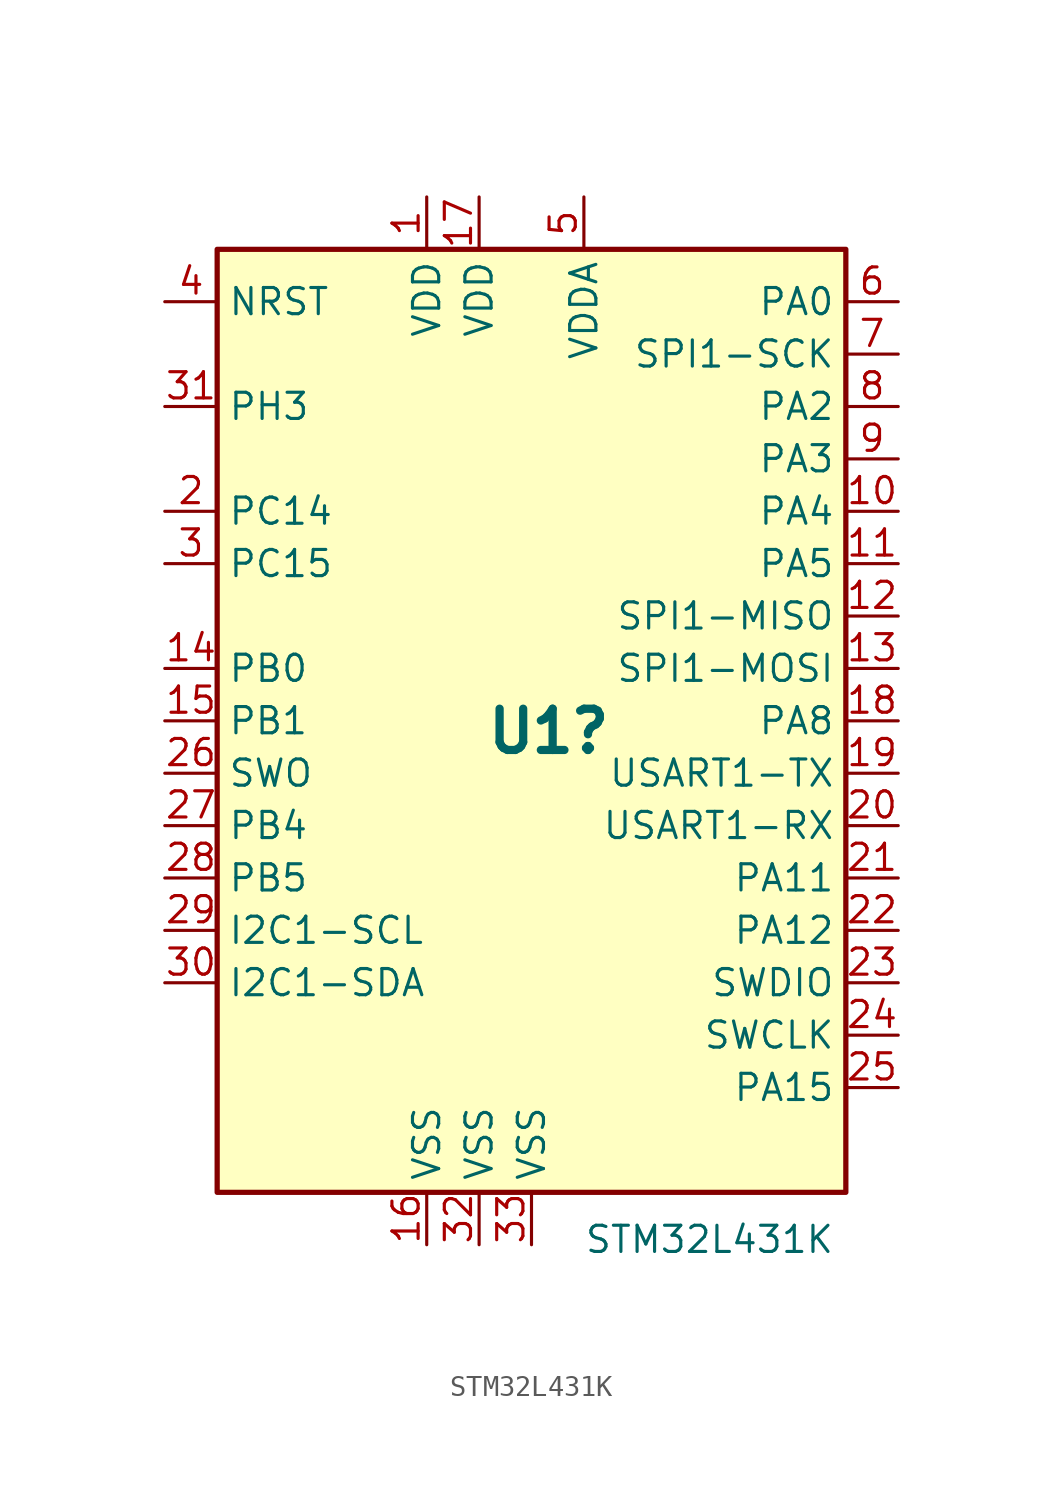
<source format=kicad_sym>
(kicad_symbol_lib
  (version 20231120)
  (generator "kicad_symbol_editor")
  (generator_version "8.0")
  (symbol "STM32L431K"
    (property "Reference" "U1"
      (at -2.286 -0.508 0)
      (effects (font (size 2 2) (bold yes)) (justify left)))
    (property "Value" "STM32L431K"
      (at 2.54 -25.146 0)
      (effects (font (size 1.27 1.27)) (justify left)))
    (property "ki_locked" ""
      (at 0 0 0)
      (effects (font (size 1.27 1.27))))
    (symbol "STM32L431K_0_1"
      (rectangle (start -15.24 22.86) (end 15.24 -22.86) (stroke (width 0.254) (type default)) (fill (type background))))
    (symbol "STM32L431K_1_1"
      (pin power_in line (at -5.08 25.4 270) (length 2.54) (name "VDD" (effects (font (size 1.27 1.27)))) (number "1" (effects (font (size 1.27 1.27)))))
      (pin bidirectional line (at 17.78 10.16 180) (length 2.54) (name "PA4" (effects (font (size 1.27 1.27)))) (number "10" (effects (font (size 1.27 1.27)))) (alternate "ADC1_IN9" bidirectional line) (alternate "COMP1_INM" bidirectional line) (alternate "COMP2_INM" bidirectional line) (alternate "DAC1_OUT1" bidirectional line) (alternate "LPTIM2_OUT" bidirectional line) (alternate "SAI1_FS_B" bidirectional line) (alternate "SPI1_NSS" bidirectional line) (alternate "SPI3_NSS" bidirectional line) (alternate "USART2_CK" bidirectional line))
      (pin bidirectional line (at 17.78 7.62 180) (length 2.54) (name "PA5" (effects (font (size 1.27 1.27)))) (number "11" (effects (font (size 1.27 1.27)))) (alternate "ADC1_IN10" bidirectional line) (alternate "COMP1_INM" bidirectional line) (alternate "COMP2_INM" bidirectional line) (alternate "DAC1_OUT2" bidirectional line) (alternate "LPTIM2_ETR" bidirectional line) (alternate "SPI1_SCK" bidirectional line) (alternate "TIM2_CH1" bidirectional line) (alternate "TIM2_ETR" bidirectional line))
      (pin input line (at 17.78 5.08 180) (length 2.54) (name "SPI1-MISO" (effects (font (size 1.27 1.27)))) (number "12" (effects (font (size 1.27 1.27)))) (alternate "ADC1_IN11" bidirectional line) (alternate "COMP1_OUT" bidirectional line) (alternate "LPUART1_CTS" bidirectional line) (alternate "QUADSPI_BK1_IO3" bidirectional line) (alternate "SPI1_MISO" bidirectional line) (alternate "TIM16_CH1" bidirectional line) (alternate "TIM1_BKIN" bidirectional line) (alternate "TIM1_BKIN_COMP2" bidirectional line))
      (pin output line (at 17.78 2.54 180) (length 2.54) (name "SPI1-MOSI" (effects (font (size 1.27 1.27)))) (number "13" (effects (font (size 1.27 1.27)))) (alternate "ADC1_IN12" bidirectional line) (alternate "COMP2_OUT" bidirectional line) (alternate "I2C3_SCL" bidirectional line) (alternate "QUADSPI_BK1_IO2" bidirectional line) (alternate "SPI1_MOSI" bidirectional line) (alternate "TIM1_CH1N" bidirectional line))
      (pin bidirectional line (at -17.78 2.54 0) (length 2.54) (name "PB0" (effects (font (size 1.27 1.27)))) (number "14" (effects (font (size 1.27 1.27)))) (alternate "ADC1_IN15" bidirectional line) (alternate "COMP1_OUT" bidirectional line) (alternate "QUADSPI_BK1_IO1" bidirectional line) (alternate "SAI1_EXTCLK" bidirectional line) (alternate "SPI1_NSS" bidirectional line) (alternate "TIM1_CH2N" bidirectional line))
      (pin bidirectional line (at -17.78 0 0) (length 2.54) (name "PB1" (effects (font (size 1.27 1.27)))) (number "15" (effects (font (size 1.27 1.27)))) (alternate "ADC1_IN16" bidirectional line) (alternate "COMP1_INM" bidirectional line) (alternate "LPTIM2_IN1" bidirectional line) (alternate "LPUART1_DE" bidirectional line) (alternate "LPUART1_RTS" bidirectional line) (alternate "QUADSPI_BK1_IO0" bidirectional line) (alternate "TIM1_CH3N" bidirectional line))
      (pin power_in line (at -5.08 -25.4 90) (length 2.54) (name "VSS" (effects (font (size 1.27 1.27)))) (number "16" (effects (font (size 1.27 1.27)))))
      (pin power_in line (at -2.54 25.4 270) (length 2.54) (name "VDD" (effects (font (size 1.27 1.27)))) (number "17" (effects (font (size 1.27 1.27)))))
      (pin bidirectional line (at 17.78 0 180) (length 2.54) (name "PA8" (effects (font (size 1.27 1.27)))) (number "18" (effects (font (size 1.27 1.27)))) (alternate "LPTIM2_OUT" bidirectional line) (alternate "RCC_MCO" bidirectional line) (alternate "SAI1_SCK_A" bidirectional line) (alternate "SWPMI1_IO" bidirectional line) (alternate "TIM1_CH1" bidirectional line) (alternate "USART1_CK" bidirectional line))
      (pin output line (at 17.78 -2.54 180) (length 2.54) (name "USART1-TX" (effects (font (size 1.27 1.27)))) (number "19" (effects (font (size 1.27 1.27)))) (alternate "DAC1_EXTI9" bidirectional line) (alternate "I2C1_SCL" bidirectional line) (alternate "SAI1_FS_A" bidirectional line) (alternate "TIM15_BKIN" bidirectional line) (alternate "TIM1_CH2" bidirectional line) (alternate "USART1_TX" bidirectional line))
      (pin bidirectional line (at -17.78 10.16 0) (length 2.54) (name "PC14" (effects (font (size 1.27 1.27)))) (number "2" (effects (font (size 1.27 1.27)))) (alternate "RCC_OSC32_IN" bidirectional line))
      (pin input line (at 17.78 -5.08 180) (length 2.54) (name "USART1-RX" (effects (font (size 1.27 1.27)))) (number "20" (effects (font (size 1.27 1.27)))) (alternate "I2C1_SDA" bidirectional line) (alternate "SAI1_SD_A" bidirectional line) (alternate "TIM1_CH3" bidirectional line) (alternate "USART1_RX" bidirectional line))
      (pin bidirectional line (at 17.78 -7.62 180) (length 2.54) (name "PA11" (effects (font (size 1.27 1.27)))) (number "21" (effects (font (size 1.27 1.27)))) (alternate "ADC1_EXTI11" bidirectional line) (alternate "CAN1_RX" bidirectional line) (alternate "COMP1_OUT" bidirectional line) (alternate "SPI1_MISO" bidirectional line) (alternate "TIM1_BKIN2" bidirectional line) (alternate "TIM1_BKIN2_COMP1" bidirectional line) (alternate "TIM1_CH4" bidirectional line) (alternate "USART1_CTS" bidirectional line))
      (pin bidirectional line (at 17.78 -10.16 180) (length 2.54) (name "PA12" (effects (font (size 1.27 1.27)))) (number "22" (effects (font (size 1.27 1.27)))) (alternate "CAN1_TX" bidirectional line) (alternate "SPI1_MOSI" bidirectional line) (alternate "TIM1_ETR" bidirectional line) (alternate "USART1_DE" bidirectional line) (alternate "USART1_RTS" bidirectional line))
      (pin bidirectional line (at 17.78 -12.7 180) (length 2.54) (name "SWDIO" (effects (font (size 1.27 1.27)))) (number "23" (effects (font (size 1.27 1.27)))) (alternate "IR_OUT" bidirectional line) (alternate "SAI1_SD_B" bidirectional line) (alternate "SWPMI1_TX" bidirectional line) (alternate "SYS_JTMS-SWDIO" bidirectional line))
      (pin bidirectional line (at 17.78 -15.24 180) (length 2.54) (name "SWCLK" (effects (font (size 1.27 1.27)))) (number "24" (effects (font (size 1.27 1.27)))) (alternate "I2C1_SMBA" bidirectional line) (alternate "LPTIM1_OUT" bidirectional line) (alternate "SAI1_FS_B" bidirectional line) (alternate "SWPMI1_RX" bidirectional line) (alternate "SYS_JTCK-SWCLK" bidirectional line))
      (pin bidirectional line (at 17.78 -17.78 180) (length 2.54) (name "PA15" (effects (font (size 1.27 1.27)))) (number "25" (effects (font (size 1.27 1.27)))) (alternate "ADC1_EXTI15" bidirectional line) (alternate "SPI1_NSS" bidirectional line) (alternate "SPI3_NSS" bidirectional line) (alternate "SWPMI1_SUSPEND" bidirectional line) (alternate "SYS_JTDI" bidirectional line) (alternate "TIM2_CH1" bidirectional line) (alternate "TIM2_ETR" bidirectional line) (alternate "USART2_RX" bidirectional line))
      (pin bidirectional line (at -17.78 -2.54 0) (length 2.54) (name "SWO" (effects (font (size 1.27 1.27)))) (number "26" (effects (font (size 1.27 1.27)))) (alternate "COMP2_INM" bidirectional line) (alternate "SAI1_SCK_B" bidirectional line) (alternate "SPI1_SCK" bidirectional line) (alternate "SPI3_SCK" bidirectional line) (alternate "SYS_JTDO-SWO" bidirectional line) (alternate "TIM2_CH2" bidirectional line) (alternate "USART1_DE" bidirectional line) (alternate "USART1_RTS" bidirectional line))
      (pin bidirectional line (at -17.78 -5.08 0) (length 2.54) (name "PB4" (effects (font (size 1.27 1.27)))) (number "27" (effects (font (size 1.27 1.27)))) (alternate "COMP2_INP" bidirectional line) (alternate "I2C3_SDA" bidirectional line) (alternate "SAI1_MCLK_B" bidirectional line) (alternate "SPI1_MISO" bidirectional line) (alternate "SPI3_MISO" bidirectional line) (alternate "SYS_JTRST" bidirectional line) (alternate "TSC_G2_IO1" bidirectional line) (alternate "USART1_CTS" bidirectional line))
      (pin bidirectional line (at -17.78 -7.62 0) (length 2.54) (name "PB5" (effects (font (size 1.27 1.27)))) (number "28" (effects (font (size 1.27 1.27)))) (alternate "COMP2_OUT" bidirectional line) (alternate "I2C1_SMBA" bidirectional line) (alternate "LPTIM1_IN1" bidirectional line) (alternate "SAI1_SD_B" bidirectional line) (alternate "SPI1_MOSI" bidirectional line) (alternate "SPI3_MOSI" bidirectional line) (alternate "TIM16_BKIN" bidirectional line) (alternate "TSC_G2_IO2" bidirectional line) (alternate "USART1_CK" bidirectional line))
      (pin bidirectional line (at -17.78 -10.16 0) (length 2.54) (name "I2C1-SCL" (effects (font (size 1.27 1.27)))) (number "29" (effects (font (size 1.27 1.27)))) (alternate "COMP2_INP" bidirectional line) (alternate "I2C1_SCL" bidirectional line) (alternate "LPTIM1_ETR" bidirectional line) (alternate "SAI1_FS_B" bidirectional line) (alternate "TIM16_CH1N" bidirectional line) (alternate "TSC_G2_IO3" bidirectional line) (alternate "USART1_TX" bidirectional line))
      (pin bidirectional line (at -17.78 7.62 0) (length 2.54) (name "PC15" (effects (font (size 1.27 1.27)))) (number "3" (effects (font (size 1.27 1.27)))) (alternate "ADC1_EXTI15" bidirectional line) (alternate "RCC_OSC32_OUT" bidirectional line))
      (pin bidirectional line (at -17.78 -12.7 0) (length 2.54) (name "I2C1-SDA" (effects (font (size 1.27 1.27)))) (number "30" (effects (font (size 1.27 1.27)))) (alternate "COMP2_INM" bidirectional line) (alternate "I2C1_SDA" bidirectional line) (alternate "LPTIM1_IN2" bidirectional line) (alternate "SYS_PVD_IN" bidirectional line) (alternate "TSC_G2_IO4" bidirectional line) (alternate "USART1_RX" bidirectional line))
      (pin bidirectional line (at -17.78 15.24 0) (length 2.54) (name "PH3" (effects (font (size 1.27 1.27)))) (number "31" (effects (font (size 1.27 1.27)))))
      (pin passive line (at -2.54 -25.4 90) (length 2.54) (name "VSS" (effects (font (size 1.27 1.27)))) (number "32" (effects (font (size 1.27 1.27)))))
      (pin passive line (at 0 -25.4 90) (length 2.54) (name "VSS" (effects (font (size 1.27 1.27)))) (number "33" (effects (font (size 1.27 1.27)))))
      (pin input line (at -17.78 20.32 0) (length 2.54) (name "NRST" (effects (font (size 1.27 1.27)))) (number "4" (effects (font (size 1.27 1.27)))))
      (pin power_in line (at 2.54 25.4 270) (length 2.54) (name "VDDA" (effects (font (size 1.27 1.27)))) (number "5" (effects (font (size 1.27 1.27)))))
      (pin bidirectional line (at 17.78 20.32 180) (length 2.54) (name "PA0" (effects (font (size 1.27 1.27)))) (number "6" (effects (font (size 1.27 1.27)))) (alternate "ADC1_IN5" bidirectional line) (alternate "COMP1_INM" bidirectional line) (alternate "COMP1_OUT" bidirectional line) (alternate "OPAMP1_VINP" bidirectional line) (alternate "RCC_CK_IN" bidirectional line) (alternate "RTC_TAMP2" bidirectional line) (alternate "SAI1_EXTCLK" bidirectional line) (alternate "SYS_WKUP1" bidirectional line) (alternate "TIM2_CH1" bidirectional line) (alternate "TIM2_ETR" bidirectional line) (alternate "USART2_CTS" bidirectional line))
      (pin output line (at 17.78 17.78 180) (length 2.54) (name "SPI1-SCK" (effects (font (size 1.27 1.27)))) (number "7" (effects (font (size 1.27 1.27)))) (alternate "ADC1_IN6" bidirectional line) (alternate "COMP1_INP" bidirectional line) (alternate "I2C1_SMBA" bidirectional line) (alternate "OPAMP1_VINM" bidirectional line) (alternate "SPI1_SCK" bidirectional line) (alternate "TIM15_CH1N" bidirectional line) (alternate "TIM2_CH2" bidirectional line) (alternate "USART2_DE" bidirectional line) (alternate "USART2_RTS" bidirectional line))
      (pin bidirectional line (at 17.78 15.24 180) (length 2.54) (name "PA2" (effects (font (size 1.27 1.27)))) (number "8" (effects (font (size 1.27 1.27)))) (alternate "ADC1_IN7" bidirectional line) (alternate "COMP2_INM" bidirectional line) (alternate "COMP2_OUT" bidirectional line) (alternate "LPUART1_TX" bidirectional line) (alternate "QUADSPI_BK1_NCS" bidirectional line) (alternate "RCC_LSCO" bidirectional line) (alternate "SYS_WKUP4" bidirectional line) (alternate "TIM15_CH1" bidirectional line) (alternate "TIM2_CH3" bidirectional line) (alternate "USART2_TX" bidirectional line))
      (pin bidirectional line (at 17.78 12.7 180) (length 2.54) (name "PA3" (effects (font (size 1.27 1.27)))) (number "9" (effects (font (size 1.27 1.27)))) (alternate "ADC1_IN8" bidirectional line) (alternate "COMP2_INP" bidirectional line) (alternate "LPUART1_RX" bidirectional line) (alternate "OPAMP1_VOUT" bidirectional line) (alternate "QUADSPI_CLK" bidirectional line) (alternate "SAI1_MCLK_A" bidirectional line) (alternate "TIM15_CH2" bidirectional line) (alternate "TIM2_CH4" bidirectional line) (alternate "USART2_RX" bidirectional line)))))
</source>
